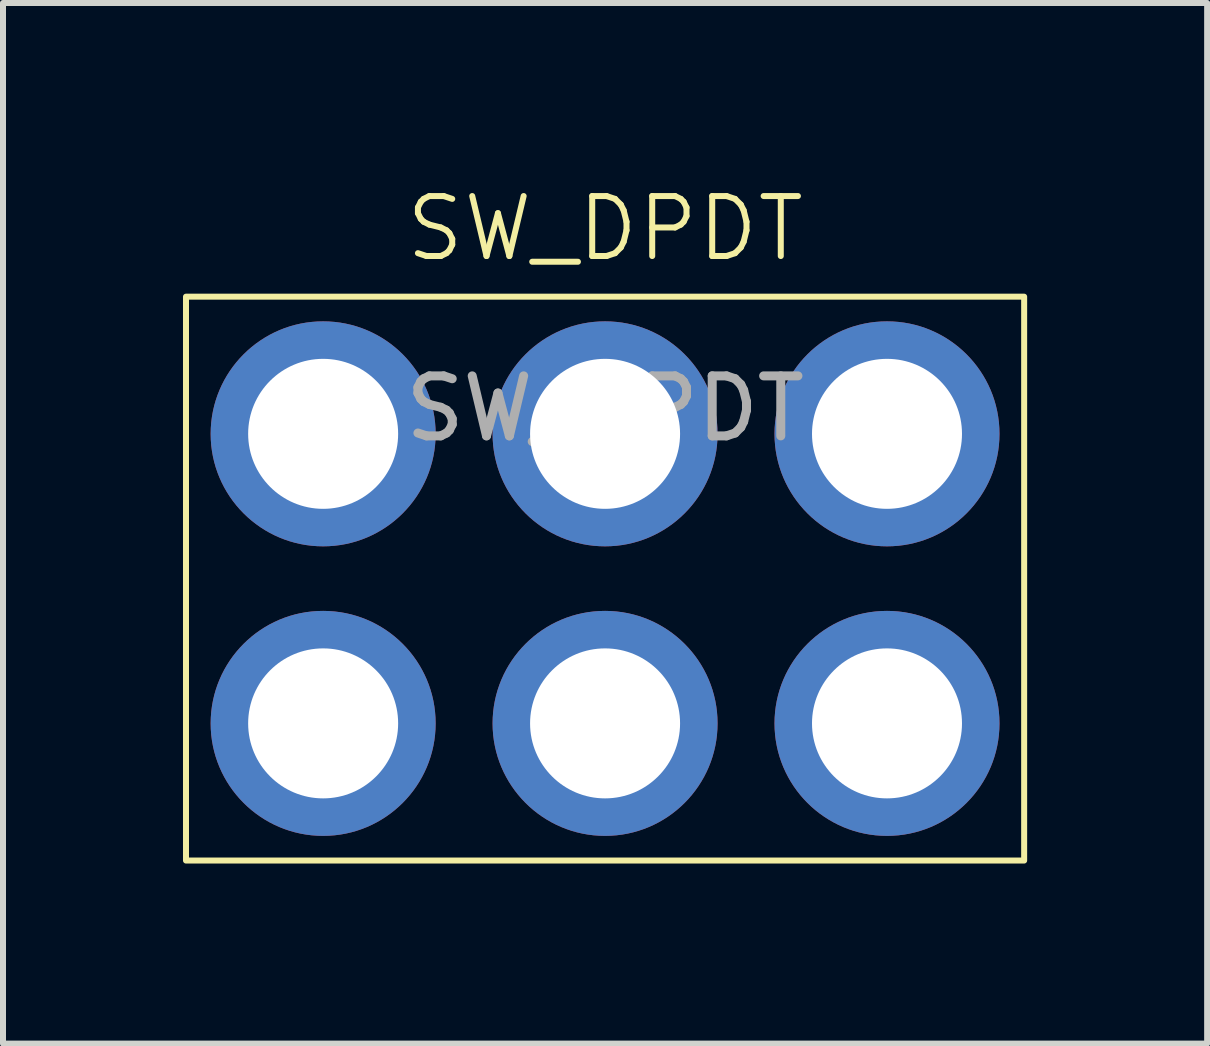
<source format=kicad_pcb>
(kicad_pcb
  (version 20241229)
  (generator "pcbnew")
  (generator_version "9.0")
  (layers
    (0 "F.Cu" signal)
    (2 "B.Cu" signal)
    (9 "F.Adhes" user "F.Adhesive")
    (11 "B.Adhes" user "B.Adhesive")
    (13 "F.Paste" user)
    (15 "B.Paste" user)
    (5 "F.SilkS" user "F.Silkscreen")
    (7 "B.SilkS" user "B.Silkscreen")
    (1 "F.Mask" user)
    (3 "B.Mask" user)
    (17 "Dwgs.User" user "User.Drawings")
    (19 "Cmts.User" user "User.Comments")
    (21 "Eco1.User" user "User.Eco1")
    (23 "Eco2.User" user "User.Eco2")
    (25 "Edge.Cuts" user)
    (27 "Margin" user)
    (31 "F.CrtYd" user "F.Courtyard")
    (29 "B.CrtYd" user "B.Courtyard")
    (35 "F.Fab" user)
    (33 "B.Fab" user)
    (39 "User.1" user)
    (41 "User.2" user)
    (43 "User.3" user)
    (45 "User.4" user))
  (footprint "SW_DPDT"
    (layer "F.Cu")
    (at 7.035 1.26)
    (property "Reference" "SW_DPDT" (at 0 -0.5 0) (unlocked yes) (layer "F.SilkS") (effects (font (size 1 1) (thickness 0.1))))
    (attr through_hole)
    (fp_rect (start -6.985 0.635) (end 6.985 10.033) (stroke (width 0.1) (type default)) (fill no) (layer "F.SilkS"))
    (fp_text user "${REFERENCE}" (at 0 2.5 0) (unlocked yes) (layer "F.Fab") (effects (font (size 1 1) (thickness 0.15))))
    (pad "1" thru_hole circle (at -4.699 2.921) (size 3.75 3.75) (drill 2.5) (layers "*.Cu" "*.Mask"))
    (pad "2" thru_hole circle (at 0 2.921) (size 3.75 3.75) (drill 2.5) (layers "*.Cu" "*.Mask"))
    (pad "3" thru_hole circle (at 4.699 2.921) (size 3.75 3.75) (drill 2.5) (layers "*.Cu" "*.Mask"))
    (pad "4" thru_hole circle (at -4.699 7.747) (size 3.75 3.75) (drill 2.5) (layers "*.Cu" "*.Mask"))
    (pad "5" thru_hole circle (at 0 7.747) (size 3.75 3.75) (drill 2.5) (layers "*.Cu" "*.Mask"))
    (pad "6" thru_hole circle (at 4.699 7.747) (size 3.75 3.75) (drill 2.5) (layers "*.Cu" "*.Mask")))
  (gr_rect
    (start -3 -3)
    (end 17.07 14.344)
    (stroke (width 0.1) (type default))
    (fill no)
    (layer "Edge.Cuts")))
</source>
